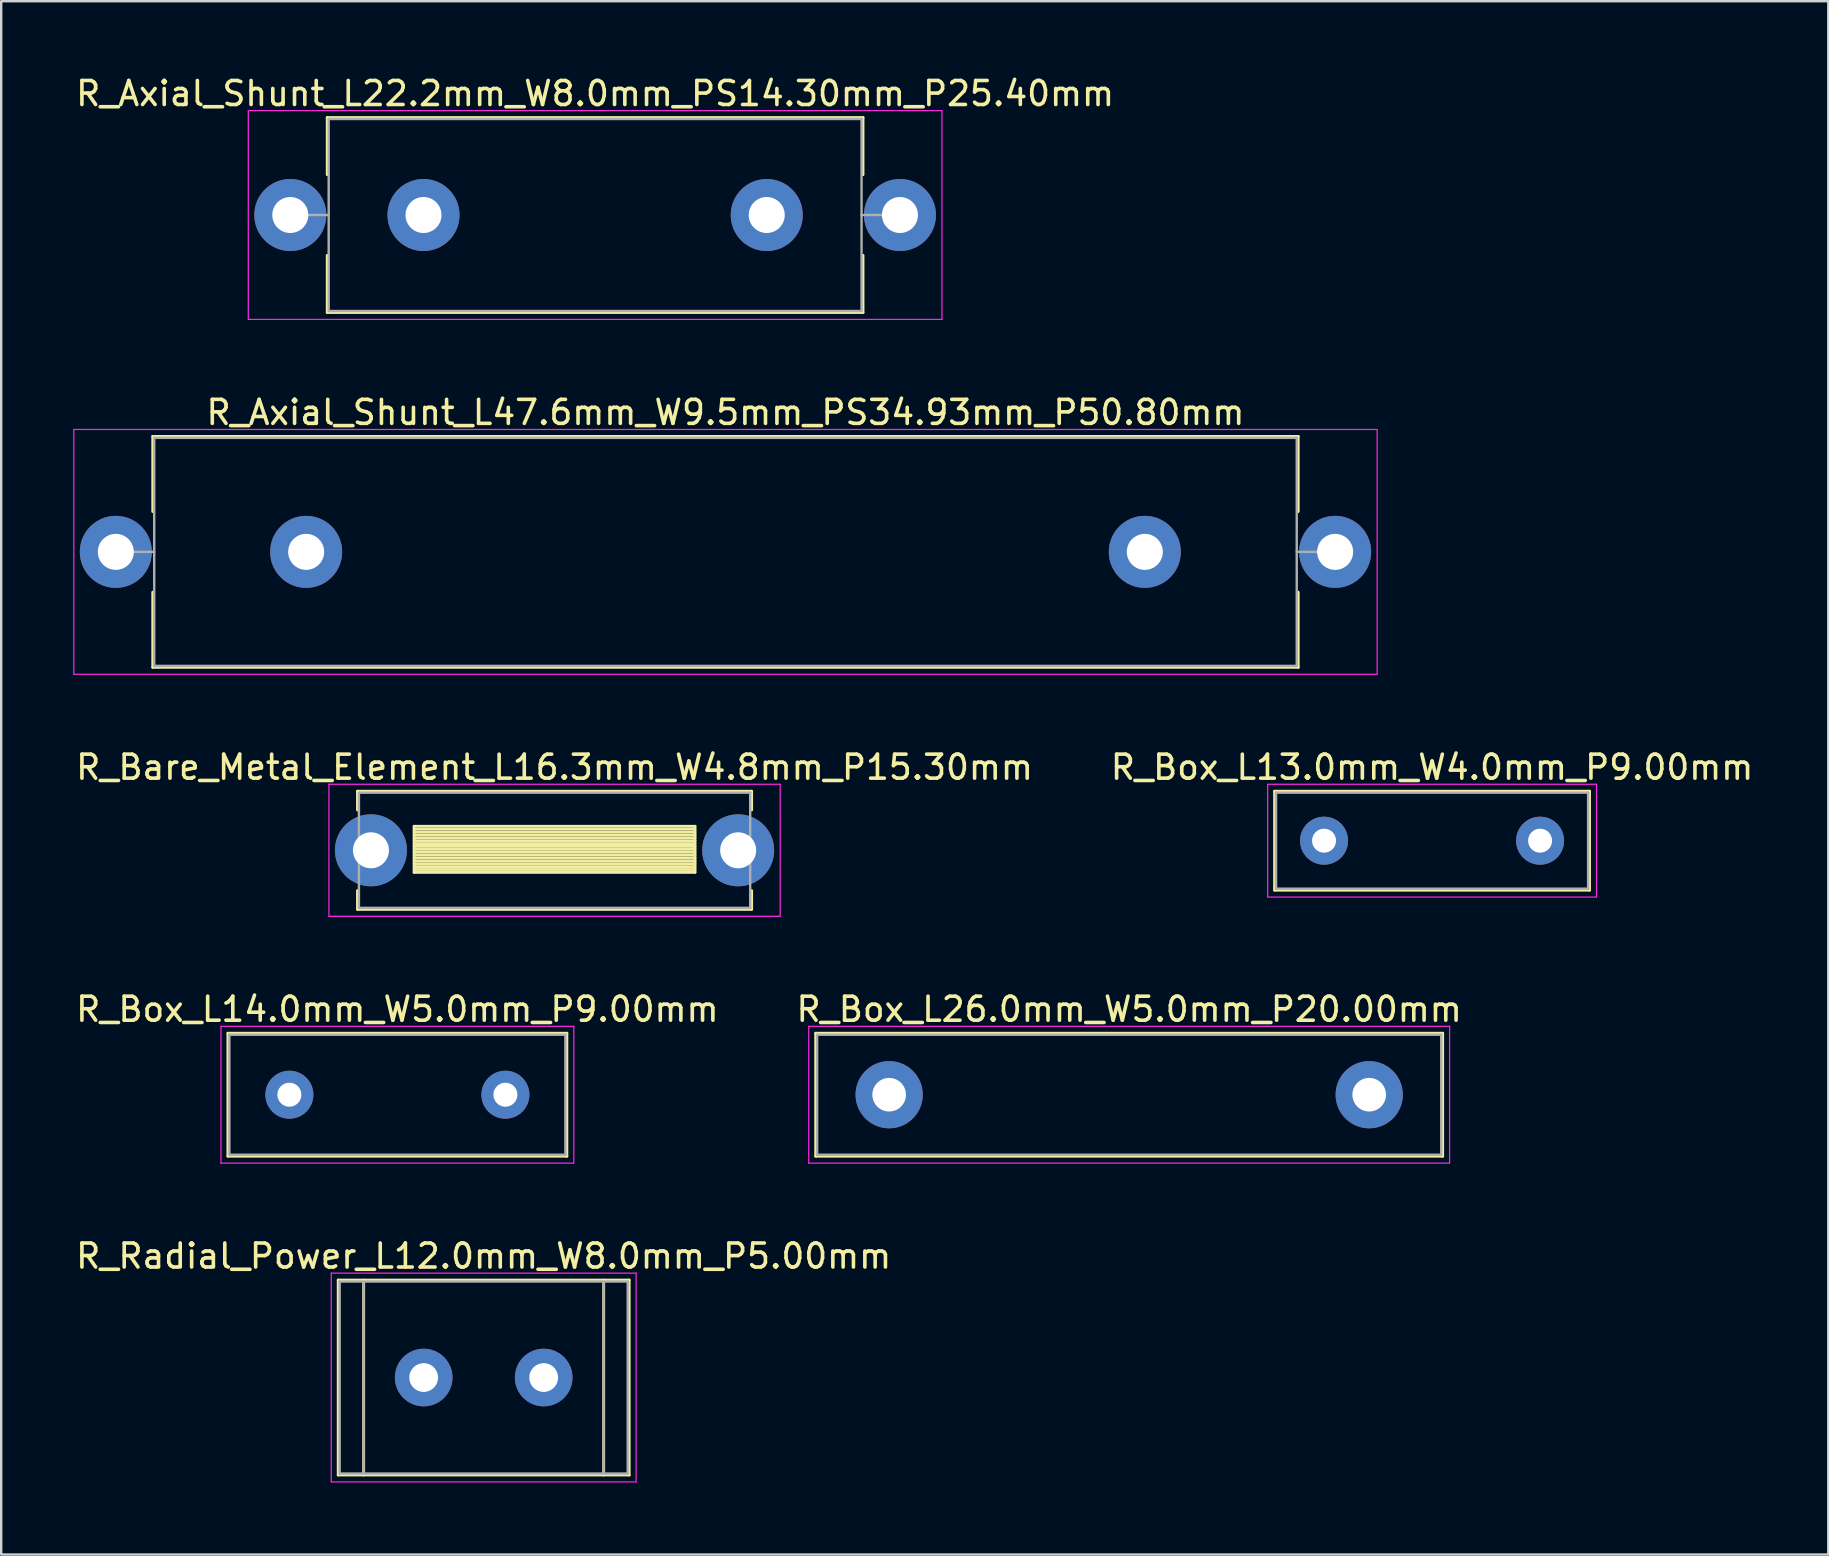
<source format=kicad_pcb>
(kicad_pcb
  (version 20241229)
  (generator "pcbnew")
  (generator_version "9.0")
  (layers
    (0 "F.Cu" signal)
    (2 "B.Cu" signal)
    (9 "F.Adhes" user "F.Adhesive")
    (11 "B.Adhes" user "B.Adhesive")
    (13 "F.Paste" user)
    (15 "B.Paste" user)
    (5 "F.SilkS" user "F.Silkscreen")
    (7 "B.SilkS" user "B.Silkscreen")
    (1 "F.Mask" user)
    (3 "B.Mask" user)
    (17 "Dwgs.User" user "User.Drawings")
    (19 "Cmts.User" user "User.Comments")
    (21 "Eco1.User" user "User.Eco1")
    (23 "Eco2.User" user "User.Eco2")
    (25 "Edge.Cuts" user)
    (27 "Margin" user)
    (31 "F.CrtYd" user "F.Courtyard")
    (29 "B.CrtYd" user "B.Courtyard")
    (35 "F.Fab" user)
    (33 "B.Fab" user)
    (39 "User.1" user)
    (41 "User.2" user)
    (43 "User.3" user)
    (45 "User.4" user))
  (footprint "R_Box_L26.0mm_W5.0mm_P20.00mm"
    (layer "F.Cu")
    (at 33.994 42.558)
    (property "Reference" "R_Box_L26.0mm_W5.0mm_P20.00mm" (at 10 -3.56 0) (layer "F.SilkS") (effects (font (size 1 1) (thickness 0.15))))
    (attr through_hole)
    (fp_line (start -3.06 -2.56) (end -3.06 2.56) (stroke (width 0.12) (type solid)) (layer "F.SilkS"))
    (fp_line (start -3.06 -2.56) (end 23.06 -2.56) (stroke (width 0.12) (type solid)) (layer "F.SilkS"))
    (fp_line (start -3.06 2.56) (end 23.06 2.56) (stroke (width 0.12) (type solid)) (layer "F.SilkS"))
    (fp_line (start 23.06 -2.56) (end 23.06 2.56) (stroke (width 0.12) (type solid)) (layer "F.SilkS"))
    (fp_line (start -3.35 -2.85) (end -3.35 2.85) (stroke (width 0.05) (type solid)) (layer "F.CrtYd"))
    (fp_line (start -3.35 2.85) (end 23.35 2.85) (stroke (width 0.05) (type solid)) (layer "F.CrtYd"))
    (fp_line (start 23.35 -2.85) (end -3.35 -2.85) (stroke (width 0.05) (type solid)) (layer "F.CrtYd"))
    (fp_line (start 23.35 2.85) (end 23.35 -2.85) (stroke (width 0.05) (type solid)) (layer "F.CrtYd"))
    (fp_line (start -3 -2.5) (end -3 2.5) (stroke (width 0.1) (type solid)) (layer "F.Fab"))
    (fp_line (start -3 2.5) (end 23 2.5) (stroke (width 0.1) (type solid)) (layer "F.Fab"))
    (fp_line (start 23 -2.5) (end -3 -2.5) (stroke (width 0.1) (type solid)) (layer "F.Fab"))
    (fp_line (start 23 2.5) (end 23 -2.5) (stroke (width 0.1) (type solid)) (layer "F.Fab"))
    (pad "1" thru_hole circle (at 0 0) (size 2.8 2.8) (drill 1.4) (layers "*.Cu" "*.Mask"))
    (pad "2" thru_hole circle (at 20 0) (size 2.8 2.8) (drill 1.4) (layers "*.Cu" "*.Mask")))
  (footprint "R_Box_L14.0mm_W5.0mm_P9.00mm"
    (layer "F.Cu")
    (at 9.006 42.558)
    (property "Reference" "R_Box_L14.0mm_W5.0mm_P9.00mm" (at 4.5 -3.56 0) (layer "F.SilkS") (effects (font (size 1 1) (thickness 0.15))))
    (attr through_hole)
    (fp_line (start -2.56 -2.56) (end -2.56 2.56) (stroke (width 0.12) (type solid)) (layer "F.SilkS"))
    (fp_line (start -2.56 -2.56) (end 11.56 -2.56) (stroke (width 0.12) (type solid)) (layer "F.SilkS"))
    (fp_line (start -2.56 2.56) (end 11.56 2.56) (stroke (width 0.12) (type solid)) (layer "F.SilkS"))
    (fp_line (start 11.56 -2.56) (end 11.56 2.56) (stroke (width 0.12) (type solid)) (layer "F.SilkS"))
    (fp_line (start -2.85 -2.85) (end -2.85 2.85) (stroke (width 0.05) (type solid)) (layer "F.CrtYd"))
    (fp_line (start -2.85 2.85) (end 11.85 2.85) (stroke (width 0.05) (type solid)) (layer "F.CrtYd"))
    (fp_line (start 11.85 -2.85) (end -2.85 -2.85) (stroke (width 0.05) (type solid)) (layer "F.CrtYd"))
    (fp_line (start 11.85 2.85) (end 11.85 -2.85) (stroke (width 0.05) (type solid)) (layer "F.CrtYd"))
    (fp_line (start -2.5 -2.5) (end -2.5 2.5) (stroke (width 0.1) (type solid)) (layer "F.Fab"))
    (fp_line (start -2.5 2.5) (end 11.5 2.5) (stroke (width 0.1) (type solid)) (layer "F.Fab"))
    (fp_line (start 11.5 -2.5) (end -2.5 -2.5) (stroke (width 0.1) (type solid)) (layer "F.Fab"))
    (fp_line (start 11.5 2.5) (end 11.5 -2.5) (stroke (width 0.1) (type solid)) (layer "F.Fab"))
    (pad "1" thru_hole circle (at 0 0) (size 2 2) (drill 1) (layers "*.Cu" "*.Mask"))
    (pad "2" thru_hole circle (at 9 0) (size 2 2) (drill 1) (layers "*.Cu" "*.Mask")))
  (footprint "R_Axial_Shunt_L22.2mm_W8.0mm_PS14.30mm_P25.40mm"
    (layer "F.Cu")
    (at 9.044 5.908)
    (property "Reference" "R_Axial_Shunt_L22.2mm_W8.0mm_PS14.30mm_P25.40mm" (at 12.7 -5.06 0) (layer "F.SilkS") (effects (font (size 1 1) (thickness 0.15))))
    (attr through_hole)
    (fp_line (start 1.54 -4.06) (end 23.86 -4.06) (stroke (width 0.12) (type solid)) (layer "F.SilkS"))
    (fp_line (start 1.54 -1.68) (end 1.54 -4.06) (stroke (width 0.12) (type solid)) (layer "F.SilkS"))
    (fp_line (start 1.54 1.68) (end 1.54 4.06) (stroke (width 0.12) (type solid)) (layer "F.SilkS"))
    (fp_line (start 1.54 4.06) (end 23.86 4.06) (stroke (width 0.12) (type solid)) (layer "F.SilkS"))
    (fp_line (start 23.86 -4.06) (end 23.86 -1.68) (stroke (width 0.12) (type solid)) (layer "F.SilkS"))
    (fp_line (start 23.86 4.06) (end 23.86 1.68) (stroke (width 0.12) (type solid)) (layer "F.SilkS"))
    (fp_line (start -1.75 -4.35) (end -1.75 4.35) (stroke (width 0.05) (type solid)) (layer "F.CrtYd"))
    (fp_line (start -1.75 4.35) (end 27.15 4.35) (stroke (width 0.05) (type solid)) (layer "F.CrtYd"))
    (fp_line (start 27.15 -4.35) (end -1.75 -4.35) (stroke (width 0.05) (type solid)) (layer "F.CrtYd"))
    (fp_line (start 27.15 4.35) (end 27.15 -4.35) (stroke (width 0.05) (type solid)) (layer "F.CrtYd"))
    (fp_line (start 0 0) (end 1.6 0) (stroke (width 0.1) (type solid)) (layer "F.Fab"))
    (fp_line (start 1.6 -4) (end 1.6 4) (stroke (width 0.1) (type solid)) (layer "F.Fab"))
    (fp_line (start 1.6 4) (end 23.8 4) (stroke (width 0.1) (type solid)) (layer "F.Fab"))
    (fp_line (start 23.8 -4) (end 1.6 -4) (stroke (width 0.1) (type solid)) (layer "F.Fab"))
    (fp_line (start 23.8 4) (end 23.8 -4) (stroke (width 0.1) (type solid)) (layer "F.Fab"))
    (fp_line (start 25.4 0) (end 23.8 0) (stroke (width 0.1) (type solid)) (layer "F.Fab"))
    (pad "1" thru_hole circle (at 0 0) (size 3 3) (drill 1.5) (layers "*.Cu" "*.Mask"))
    (pad "2" thru_hole oval (at 5.55 0) (size 3 3) (drill 1.5) (layers "*.Cu" "*.Mask"))
    (pad "3" thru_hole oval (at 19.85 0) (size 3 3) (drill 1.5) (layers "*.Cu" "*.Mask"))
    (pad "4" thru_hole oval (at 25.4 0) (size 3 3) (drill 1.5) (layers "*.Cu" "*.Mask")))
  (footprint "R_Bare_Metal_Element_L16.3mm_W4.8mm_P15.30mm"
    (layer "F.Cu")
    (at 12.404 32.375)
    (property "Reference" "R_Bare_Metal_Element_L16.3mm_W4.8mm_P15.30mm" (at 7.65 -3.46 0) (layer "F.SilkS") (effects (font (size 1 1) (thickness 0.15))))
    (attr through_hole)
    (fp_line (start -0.56 -2.46) (end 15.86 -2.46) (stroke (width 0.12) (type solid)) (layer "F.SilkS"))
    (fp_line (start -0.56 -1.68) (end -0.56 -2.46) (stroke (width 0.12) (type solid)) (layer "F.SilkS"))
    (fp_line (start -0.56 1.68) (end -0.56 2.46) (stroke (width 0.12) (type solid)) (layer "F.SilkS"))
    (fp_line (start -0.56 2.46) (end 15.86 2.46) (stroke (width 0.12) (type solid)) (layer "F.SilkS"))
    (fp_line (start 1.8 -1) (end 1.8 0.92) (stroke (width 0.12) (type solid)) (layer "F.SilkS"))
    (fp_line (start 1.8 -1) (end 13.5 -1) (stroke (width 0.12) (type solid)) (layer "F.SilkS"))
    (fp_line (start 1.8 -0.88) (end 13.5 -0.88) (stroke (width 0.12) (type solid)) (layer "F.SilkS"))
    (fp_line (start 1.8 -0.76) (end 13.5 -0.76) (stroke (width 0.12) (type solid)) (layer "F.SilkS"))
    (fp_line (start 1.8 -0.64) (end 13.5 -0.64) (stroke (width 0.12) (type solid)) (layer "F.SilkS"))
    (fp_line (start 1.8 -0.52) (end 13.5 -0.52) (stroke (width 0.12) (type solid)) (layer "F.SilkS"))
    (fp_line (start 1.8 -0.4) (end 13.5 -0.4) (stroke (width 0.12) (type solid)) (layer "F.SilkS"))
    (fp_line (start 1.8 -0.28) (end 13.5 -0.28) (stroke (width 0.12) (type solid)) (layer "F.SilkS"))
    (fp_line (start 1.8 -0.16) (end 13.5 -0.16) (stroke (width 0.12) (type solid)) (layer "F.SilkS"))
    (fp_line (start 1.8 -0.04) (end 13.5 -0.04) (stroke (width 0.12) (type solid)) (layer "F.SilkS"))
    (fp_line (start 1.8 0.08) (end 13.5 0.08) (stroke (width 0.12) (type solid)) (layer "F.SilkS"))
    (fp_line (start 1.8 0.2) (end 13.5 0.2) (stroke (width 0.12) (type solid)) (layer "F.SilkS"))
    (fp_line (start 1.8 0.32) (end 13.5 0.32) (stroke (width 0.12) (type solid)) (layer "F.SilkS"))
    (fp_line (start 1.8 0.44) (end 13.5 0.44) (stroke (width 0.12) (type solid)) (layer "F.SilkS"))
    (fp_line (start 1.8 0.56) (end 13.5 0.56) (stroke (width 0.12) (type solid)) (layer "F.SilkS"))
    (fp_line (start 1.8 0.68) (end 13.5 0.68) (stroke (width 0.12) (type solid)) (layer "F.SilkS"))
    (fp_line (start 1.8 0.8) (end 13.5 0.8) (stroke (width 0.12) (type solid)) (layer "F.SilkS"))
    (fp_line (start 1.8 0.92) (end 13.5 0.92) (stroke (width 0.12) (type solid)) (layer "F.SilkS"))
    (fp_line (start 13.5 -1) (end 13.5 0.92) (stroke (width 0.12) (type solid)) (layer "F.SilkS"))
    (fp_line (start 15.86 -2.46) (end 15.86 -1.68) (stroke (width 0.12) (type solid)) (layer "F.SilkS"))
    (fp_line (start 15.86 2.46) (end 15.86 1.68) (stroke (width 0.12) (type solid)) (layer "F.SilkS"))
    (fp_line (start -1.75 -2.75) (end -1.75 2.75) (stroke (width 0.05) (type solid)) (layer "F.CrtYd"))
    (fp_line (start -1.75 2.75) (end 17.05 2.75) (stroke (width 0.05) (type solid)) (layer "F.CrtYd"))
    (fp_line (start 17.05 -2.75) (end -1.75 -2.75) (stroke (width 0.05) (type solid)) (layer "F.CrtYd"))
    (fp_line (start 17.05 2.75) (end 17.05 -2.75) (stroke (width 0.05) (type solid)) (layer "F.CrtYd"))
    (fp_line (start -0.5 -2.4) (end -0.5 2.4) (stroke (width 0.1) (type solid)) (layer "F.Fab"))
    (fp_line (start -0.5 2.4) (end 15.8 2.4) (stroke (width 0.1) (type solid)) (layer "F.Fab"))
    (fp_line (start 15.8 -2.4) (end -0.5 -2.4) (stroke (width 0.1) (type solid)) (layer "F.Fab"))
    (fp_line (start 15.8 2.4) (end 15.8 -2.4) (stroke (width 0.1) (type solid)) (layer "F.Fab"))
    (pad "1" thru_hole circle (at 0 0) (size 3 3) (drill 1.5) (layers "*.Cu" "*.Mask"))
    (pad "2" thru_hole oval (at 15.3 0) (size 3 3) (drill 1.5) (layers "*.Cu" "*.Mask")))
  (footprint "R_Box_L13.0mm_W4.0mm_P9.00mm"
    (layer "F.Cu")
    (at 52.113 31.975)
    (property "Reference" "R_Box_L13.0mm_W4.0mm_P9.00mm" (at 4.5 -3.06 0) (layer "F.SilkS") (effects (font (size 1 1) (thickness 0.15))))
    (attr through_hole)
    (fp_line (start -2.06 -2.06) (end -2.06 2.06) (stroke (width 0.12) (type solid)) (layer "F.SilkS"))
    (fp_line (start -2.06 -2.06) (end 11.06 -2.06) (stroke (width 0.12) (type solid)) (layer "F.SilkS"))
    (fp_line (start -2.06 2.06) (end 11.06 2.06) (stroke (width 0.12) (type solid)) (layer "F.SilkS"))
    (fp_line (start 11.06 -2.06) (end 11.06 2.06) (stroke (width 0.12) (type solid)) (layer "F.SilkS"))
    (fp_line (start -2.35 -2.35) (end -2.35 2.35) (stroke (width 0.05) (type solid)) (layer "F.CrtYd"))
    (fp_line (start -2.35 2.35) (end 11.35 2.35) (stroke (width 0.05) (type solid)) (layer "F.CrtYd"))
    (fp_line (start 11.35 -2.35) (end -2.35 -2.35) (stroke (width 0.05) (type solid)) (layer "F.CrtYd"))
    (fp_line (start 11.35 2.35) (end 11.35 -2.35) (stroke (width 0.05) (type solid)) (layer "F.CrtYd"))
    (fp_line (start -2 -2) (end -2 2) (stroke (width 0.1) (type solid)) (layer "F.Fab"))
    (fp_line (start -2 2) (end 11 2) (stroke (width 0.1) (type solid)) (layer "F.Fab"))
    (fp_line (start 11 -2) (end -2 -2) (stroke (width 0.1) (type solid)) (layer "F.Fab"))
    (fp_line (start 11 2) (end 11 -2) (stroke (width 0.1) (type solid)) (layer "F.Fab"))
    (pad "1" thru_hole circle (at 0 0) (size 2 2) (drill 1) (layers "*.Cu" "*.Mask"))
    (pad "2" thru_hole circle (at 9 0) (size 2 2) (drill 1) (layers "*.Cu" "*.Mask")))
  (footprint "R_Axial_Shunt_L47.6mm_W9.5mm_PS34.93mm_P50.80mm"
    (layer "F.Cu")
    (at 1.775 19.942)
    (property "Reference" "R_Axial_Shunt_L47.6mm_W9.5mm_PS34.93mm_P50.80mm" (at 25.4 -5.81 0) (layer "F.SilkS") (effects (font (size 1 1) (thickness 0.15))))
    (attr through_hole)
    (fp_line (start 1.54 -4.81) (end 49.26 -4.81) (stroke (width 0.12) (type solid)) (layer "F.SilkS"))
    (fp_line (start 1.54 -1.68) (end 1.54 -4.81) (stroke (width 0.12) (type solid)) (layer "F.SilkS"))
    (fp_line (start 1.54 1.68) (end 1.54 4.81) (stroke (width 0.12) (type solid)) (layer "F.SilkS"))
    (fp_line (start 1.54 4.81) (end 49.26 4.81) (stroke (width 0.12) (type solid)) (layer "F.SilkS"))
    (fp_line (start 49.26 -4.81) (end 49.26 -1.68) (stroke (width 0.12) (type solid)) (layer "F.SilkS"))
    (fp_line (start 49.26 4.81) (end 49.26 1.68) (stroke (width 0.12) (type solid)) (layer "F.SilkS"))
    (fp_line (start -1.75 -5.1) (end -1.75 5.1) (stroke (width 0.05) (type solid)) (layer "F.CrtYd"))
    (fp_line (start -1.75 5.1) (end 52.55 5.1) (stroke (width 0.05) (type solid)) (layer "F.CrtYd"))
    (fp_line (start 52.55 -5.1) (end -1.75 -5.1) (stroke (width 0.05) (type solid)) (layer "F.CrtYd"))
    (fp_line (start 52.55 5.1) (end 52.55 -5.1) (stroke (width 0.05) (type solid)) (layer "F.CrtYd"))
    (fp_line (start 0 0) (end 1.6 0) (stroke (width 0.1) (type solid)) (layer "F.Fab"))
    (fp_line (start 1.6 -4.75) (end 1.6 4.75) (stroke (width 0.1) (type solid)) (layer "F.Fab"))
    (fp_line (start 1.6 4.75) (end 49.2 4.75) (stroke (width 0.1) (type solid)) (layer "F.Fab"))
    (fp_line (start 49.2 -4.75) (end 1.6 -4.75) (stroke (width 0.1) (type solid)) (layer "F.Fab"))
    (fp_line (start 49.2 4.75) (end 49.2 -4.75) (stroke (width 0.1) (type solid)) (layer "F.Fab"))
    (fp_line (start 50.8 0) (end 49.2 0) (stroke (width 0.1) (type solid)) (layer "F.Fab"))
    (pad "1" thru_hole circle (at 0 0) (size 3 3) (drill 1.5) (layers "*.Cu" "*.Mask"))
    (pad "2" thru_hole oval (at 7.93 0) (size 3 3) (drill 1.5) (layers "*.Cu" "*.Mask"))
    (pad "3" thru_hole oval (at 42.87 0) (size 3 3) (drill 1.5) (layers "*.Cu" "*.Mask"))
    (pad "4" thru_hole oval (at 50.8 0) (size 3 3) (drill 1.5) (layers "*.Cu" "*.Mask")))
  (footprint "R_Radial_Power_L12.0mm_W8.0mm_P5.00mm"
    (layer "F.Cu")
    (at 14.601 54.341)
    (property "Reference" "R_Radial_Power_L12.0mm_W8.0mm_P5.00mm" (at 2.5 -5.06 0) (layer "F.SilkS") (effects (font (size 1 1) (thickness 0.15))))
    (attr through_hole)
    (fp_line (start -3.56 -4.06) (end -3.56 4.06) (stroke (width 0.12) (type solid)) (layer "F.SilkS"))
    (fp_line (start -3.56 -4.06) (end 8.56 -4.06) (stroke (width 0.12) (type solid)) (layer "F.SilkS"))
    (fp_line (start -3.56 4.06) (end 8.56 4.06) (stroke (width 0.12) (type solid)) (layer "F.SilkS"))
    (fp_line (start -2.5 -4.06) (end -2.5 4.06) (stroke (width 0.12) (type solid)) (layer "F.SilkS"))
    (fp_line (start 7.5 -4.06) (end 7.5 4.06) (stroke (width 0.12) (type solid)) (layer "F.SilkS"))
    (fp_line (start 8.56 -4.06) (end 8.56 4.06) (stroke (width 0.12) (type solid)) (layer "F.SilkS"))
    (fp_line (start -3.85 -4.35) (end -3.85 4.35) (stroke (width 0.05) (type solid)) (layer "F.CrtYd"))
    (fp_line (start -3.85 4.35) (end 8.85 4.35) (stroke (width 0.05) (type solid)) (layer "F.CrtYd"))
    (fp_line (start 8.85 -4.35) (end -3.85 -4.35) (stroke (width 0.05) (type solid)) (layer "F.CrtYd"))
    (fp_line (start 8.85 4.35) (end 8.85 -4.35) (stroke (width 0.05) (type solid)) (layer "F.CrtYd"))
    (fp_line (start -3.5 -4) (end -3.5 4) (stroke (width 0.1) (type solid)) (layer "F.Fab"))
    (fp_line (start -3.5 4) (end 8.5 4) (stroke (width 0.1) (type solid)) (layer "F.Fab"))
    (fp_line (start -2.5 -4) (end -2.5 4) (stroke (width 0.1) (type solid)) (layer "F.Fab"))
    (fp_line (start 7.5 -4) (end 7.5 4) (stroke (width 0.1) (type solid)) (layer "F.Fab"))
    (fp_line (start 8.5 -4) (end -3.5 -4) (stroke (width 0.1) (type solid)) (layer "F.Fab"))
    (fp_line (start 8.5 4) (end 8.5 -4) (stroke (width 0.1) (type solid)) (layer "F.Fab"))
    (pad "1" thru_hole circle (at 0 0) (size 2.4 2.4) (drill 1.2) (layers "*.Cu" "*.Mask"))
    (pad "2" thru_hole circle (at 5 0) (size 2.4 2.4) (drill 1.2) (layers "*.Cu" "*.Mask")))
  (gr_rect
    (start -3 -3)
    (end 73.119 61.716)
    (stroke (width 0.1) (type default))
    (fill no)
    (layer "Edge.Cuts")))
</source>
